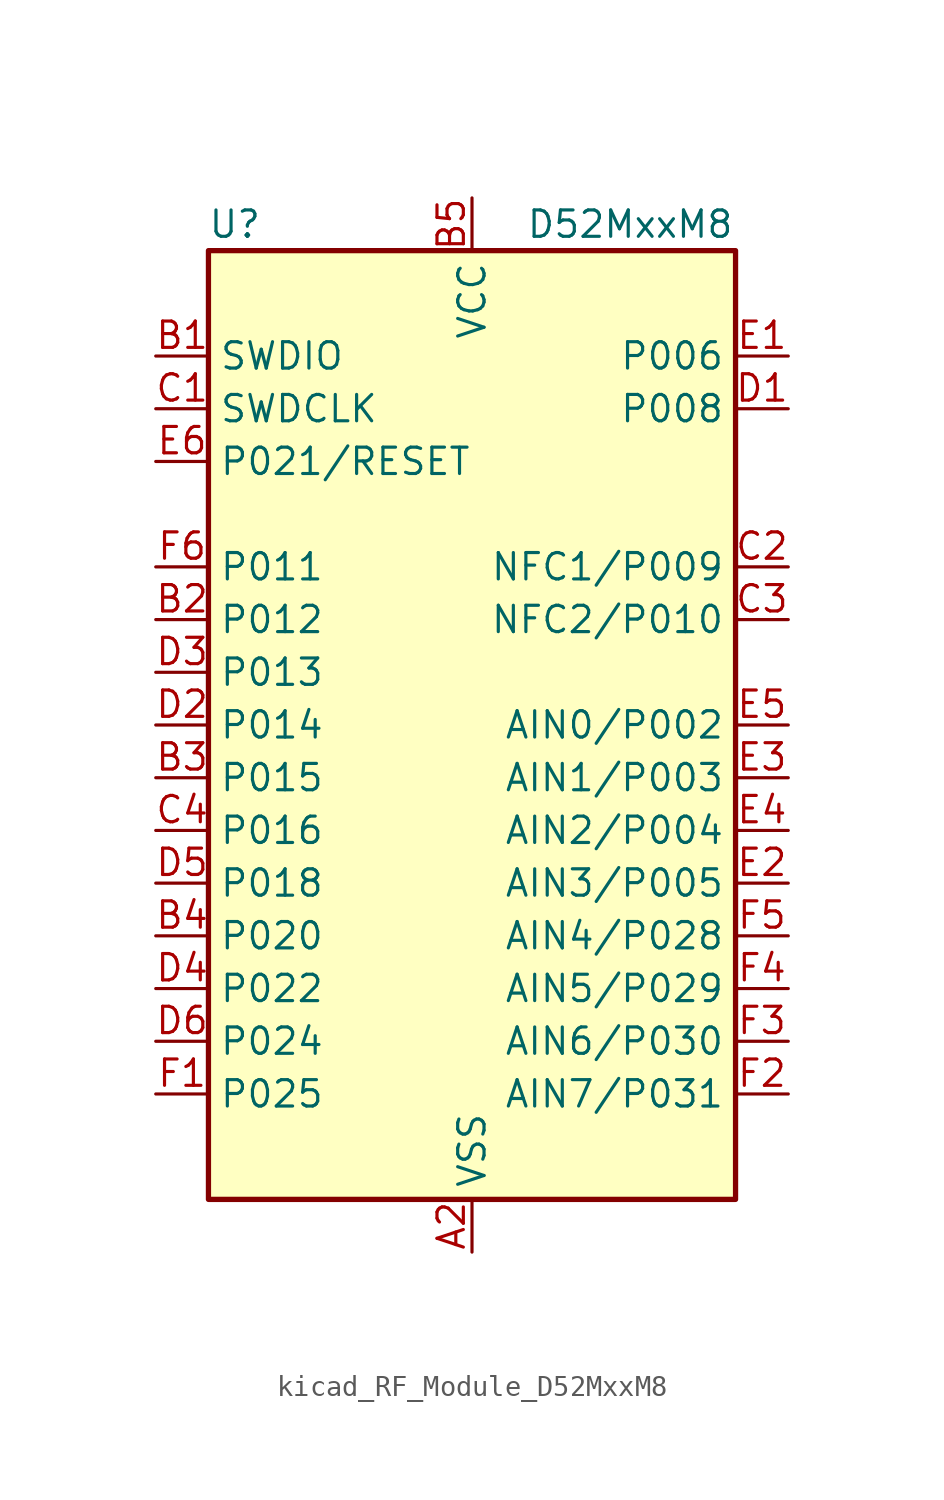
<source format=kicad_sym>
(kicad_symbol_lib
  (version 20220914)
  (generator kicad_symbol_editor)
  (symbol "kicad_RF_Module_D52MxxM8"
    (property "Reference" "U"
      (at -11.43 24.13 0)
      (effects (font (size 1.27 1.27))))
    (property "Value" "D52MxxM8"
      (at 7.62 24.13 0)
      (effects (font (size 1.27 1.27))))
    (symbol "kicad_RF_Module_D52MxxM8_0_1"
      (rectangle (start -12.7 22.86) (end 12.7 -22.86) (stroke (width 0.254) (type default)) (fill (type background))))
    (symbol "kicad_RF_Module_D52MxxM8_1_1"
      (pin power_in line (at 0 -25.4 90) (length 2.54) (name "VSS" (effects (font (size 1.27 1.27)))) (number "A2" (effects (font (size 1.27 1.27)))))
      (pin passive line (at 0 -25.4 90) (length 2.54) hide (name "VSS" (effects (font (size 1.27 1.27)))) (number "A3" (effects (font (size 1.27 1.27)))))
      (pin passive line (at 0 -25.4 90) (length 2.54) hide (name "VSS" (effects (font (size 1.27 1.27)))) (number "A4" (effects (font (size 1.27 1.27)))))
      (pin passive line (at 0 -25.4 90) (length 2.54) hide (name "VSS" (effects (font (size 1.27 1.27)))) (number "A5" (effects (font (size 1.27 1.27)))))
      (pin passive line (at 0 -25.4 90) (length 2.54) hide (name "VSS" (effects (font (size 1.27 1.27)))) (number "A6" (effects (font (size 1.27 1.27)))))
      (pin bidirectional line (at -15.24 17.78 0) (length 2.54) (name "SWDIO" (effects (font (size 1.27 1.27)))) (number "B1" (effects (font (size 1.27 1.27)))))
      (pin bidirectional line (at -15.24 5.08 0) (length 2.54) (name "P012" (effects (font (size 1.27 1.27)))) (number "B2" (effects (font (size 1.27 1.27)))))
      (pin bidirectional line (at -15.24 -2.54 0) (length 2.54) (name "P015" (effects (font (size 1.27 1.27)))) (number "B3" (effects (font (size 1.27 1.27)))))
      (pin bidirectional line (at -15.24 -10.16 0) (length 2.54) (name "P020" (effects (font (size 1.27 1.27)))) (number "B4" (effects (font (size 1.27 1.27)))))
      (pin power_in line (at 0 25.4 270) (length 2.54) (name "VCC" (effects (font (size 1.27 1.27)))) (number "B5" (effects (font (size 1.27 1.27)))))
      (pin passive line (at 0 25.4 270) (length 2.54) hide (name "VCC" (effects (font (size 1.27 1.27)))) (number "B6" (effects (font (size 1.27 1.27)))))
      (pin input line (at -15.24 15.24 0) (length 2.54) (name "SWDCLK" (effects (font (size 1.27 1.27)))) (number "C1" (effects (font (size 1.27 1.27)))))
      (pin bidirectional line (at 15.24 7.62 180) (length 2.54) (name "NFC1/P009" (effects (font (size 1.27 1.27)))) (number "C2" (effects (font (size 1.27 1.27)))))
      (pin bidirectional line (at 15.24 5.08 180) (length 2.54) (name "NFC2/P010" (effects (font (size 1.27 1.27)))) (number "C3" (effects (font (size 1.27 1.27)))))
      (pin bidirectional line (at -15.24 -5.08 0) (length 2.54) (name "P016" (effects (font (size 1.27 1.27)))) (number "C4" (effects (font (size 1.27 1.27)))))
      (pin passive line (at 0 25.4 270) (length 2.54) hide (name "VCC" (effects (font (size 1.27 1.27)))) (number "C5" (effects (font (size 1.27 1.27)))))
      (pin passive line (at 0 25.4 270) (length 2.54) hide (name "VCC" (effects (font (size 1.27 1.27)))) (number "C6" (effects (font (size 1.27 1.27)))))
      (pin bidirectional line (at 15.24 15.24 180) (length 2.54) (name "P008" (effects (font (size 1.27 1.27)))) (number "D1" (effects (font (size 1.27 1.27)))))
      (pin bidirectional line (at -15.24 0 0) (length 2.54) (name "P014" (effects (font (size 1.27 1.27)))) (number "D2" (effects (font (size 1.27 1.27)))))
      (pin bidirectional line (at -15.24 2.54 0) (length 2.54) (name "P013" (effects (font (size 1.27 1.27)))) (number "D3" (effects (font (size 1.27 1.27)))))
      (pin bidirectional line (at -15.24 -12.7 0) (length 2.54) (name "P022" (effects (font (size 1.27 1.27)))) (number "D4" (effects (font (size 1.27 1.27)))))
      (pin bidirectional line (at -15.24 -7.62 0) (length 2.54) (name "P018" (effects (font (size 1.27 1.27)))) (number "D5" (effects (font (size 1.27 1.27)))))
      (pin bidirectional line (at -15.24 -15.24 0) (length 2.54) (name "P024" (effects (font (size 1.27 1.27)))) (number "D6" (effects (font (size 1.27 1.27)))))
      (pin bidirectional line (at 15.24 17.78 180) (length 2.54) (name "P006" (effects (font (size 1.27 1.27)))) (number "E1" (effects (font (size 1.27 1.27)))))
      (pin bidirectional line (at 15.24 -7.62 180) (length 2.54) (name "AIN3/P005" (effects (font (size 1.27 1.27)))) (number "E2" (effects (font (size 1.27 1.27)))))
      (pin bidirectional line (at 15.24 -2.54 180) (length 2.54) (name "AIN1/P003" (effects (font (size 1.27 1.27)))) (number "E3" (effects (font (size 1.27 1.27)))))
      (pin bidirectional line (at 15.24 -5.08 180) (length 2.54) (name "AIN2/P004" (effects (font (size 1.27 1.27)))) (number "E4" (effects (font (size 1.27 1.27)))))
      (pin bidirectional line (at 15.24 0 180) (length 2.54) (name "AIN0/P002" (effects (font (size 1.27 1.27)))) (number "E5" (effects (font (size 1.27 1.27)))))
      (pin bidirectional line (at -15.24 12.7 0) (length 2.54) (name "P021/RESET" (effects (font (size 1.27 1.27)))) (number "E6" (effects (font (size 1.27 1.27)))))
      (pin bidirectional line (at -15.24 -17.78 0) (length 2.54) (name "P025" (effects (font (size 1.27 1.27)))) (number "F1" (effects (font (size 1.27 1.27)))))
      (pin bidirectional line (at 15.24 -17.78 180) (length 2.54) (name "AIN7/P031" (effects (font (size 1.27 1.27)))) (number "F2" (effects (font (size 1.27 1.27)))))
      (pin bidirectional line (at 15.24 -15.24 180) (length 2.54) (name "AIN6/P030" (effects (font (size 1.27 1.27)))) (number "F3" (effects (font (size 1.27 1.27)))))
      (pin bidirectional line (at 15.24 -12.7 180) (length 2.54) (name "AIN5/P029" (effects (font (size 1.27 1.27)))) (number "F4" (effects (font (size 1.27 1.27)))))
      (pin bidirectional line (at 15.24 -10.16 180) (length 2.54) (name "AIN4/P028" (effects (font (size 1.27 1.27)))) (number "F5" (effects (font (size 1.27 1.27)))))
      (pin bidirectional line (at -15.24 7.62 0) (length 2.54) (name "P011" (effects (font (size 1.27 1.27)))) (number "F6" (effects (font (size 1.27 1.27))))))))
</source>
